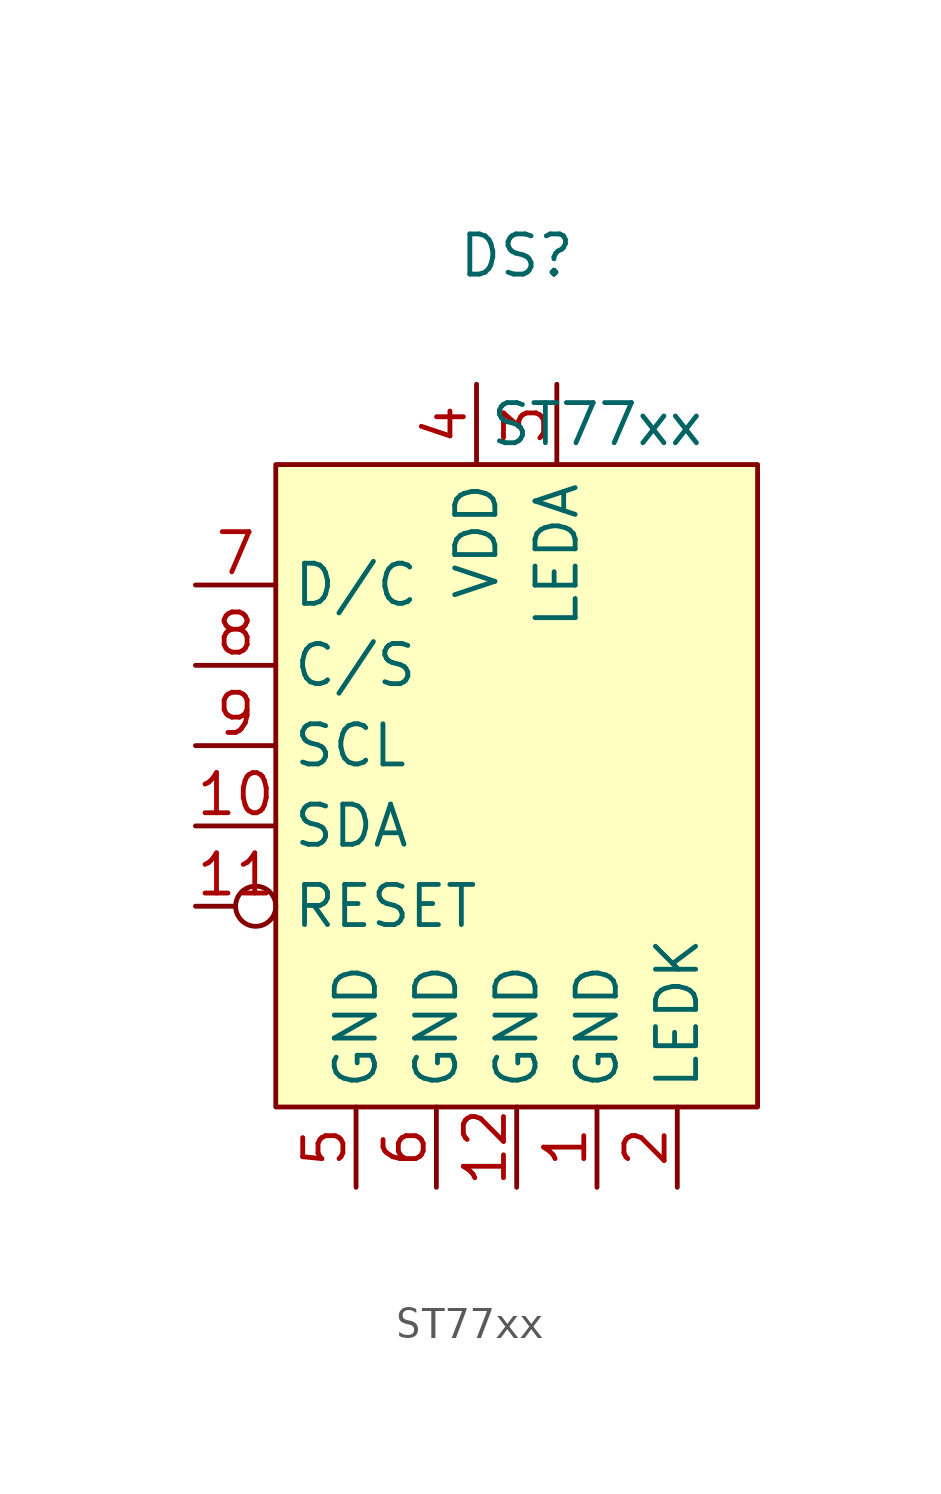
<source format=kicad_sym>
(kicad_symbol_lib
  (version 20231120)
  (generator "kicad_symbol_editor")
  (generator_version "8.0")
  (symbol "ST77xx"
    (property "Reference" "DS"
      (at 0 0.254 0)
      (effects (font (size 1.27 1.27))))
    (property "Value" "ST77xx"
      (at 2.54 -5.08 0)
      (effects (font (size 1.27 1.27))))
    (symbol "ST77xx_1_1"
      (rectangle (start -7.62 -6.35) (end 7.62 -26.67) (stroke (width 0) (type default)) (fill (type background)))
      (pin power_in line (at 2.54 -29.21 90) (length 2.54) (name "GND" (effects (font (size 1.27 1.27)))) (number "1" (effects (font (size 1.27 1.27)))))
      (pin input line (at -10.16 -17.78 0) (length 2.54) (name "SDA" (effects (font (size 1.27 1.27)))) (number "10" (effects (font (size 1.27 1.27)))))
      (pin input inverted (at -10.16 -20.32 0) (length 2.54) (name "RESET" (effects (font (size 1.27 1.27)))) (number "11" (effects (font (size 1.27 1.27)))))
      (pin power_in line (at 0 -29.21 90) (length 2.54) (name "GND" (effects (font (size 1.27 1.27)))) (number "12" (effects (font (size 1.27 1.27)))))
      (pin power_in line (at 5.08 -29.21 90) (length 2.54) (name "LEDK" (effects (font (size 1.27 1.27)))) (number "2" (effects (font (size 1.27 1.27)))))
      (pin power_in line (at 1.27 -3.81 270) (length 2.54) (name "LEDA" (effects (font (size 1.27 1.27)))) (number "3" (effects (font (size 1.27 1.27)))))
      (pin power_in line (at -1.27 -3.81 270) (length 2.54) (name "VDD" (effects (font (size 1.27 1.27)))) (number "4" (effects (font (size 1.27 1.27)))))
      (pin power_in line (at -5.08 -29.21 90) (length 2.54) (name "GND" (effects (font (size 1.27 1.27)))) (number "5" (effects (font (size 1.27 1.27)))))
      (pin power_in line (at -2.54 -29.21 90) (length 2.54) (name "GND" (effects (font (size 1.27 1.27)))) (number "6" (effects (font (size 1.27 1.27)))))
      (pin input line (at -10.16 -10.16 0) (length 2.54) (name "D/C" (effects (font (size 1.27 1.27)))) (number "7" (effects (font (size 1.27 1.27)))))
      (pin input line (at -10.16 -12.7 0) (length 2.54) (name "C/S" (effects (font (size 1.27 1.27)))) (number "8" (effects (font (size 1.27 1.27)))))
      (pin input line (at -10.16 -15.24 0) (length 2.54) (name "SCL" (effects (font (size 1.27 1.27)))) (number "9" (effects (font (size 1.27 1.27))))))))
</source>
